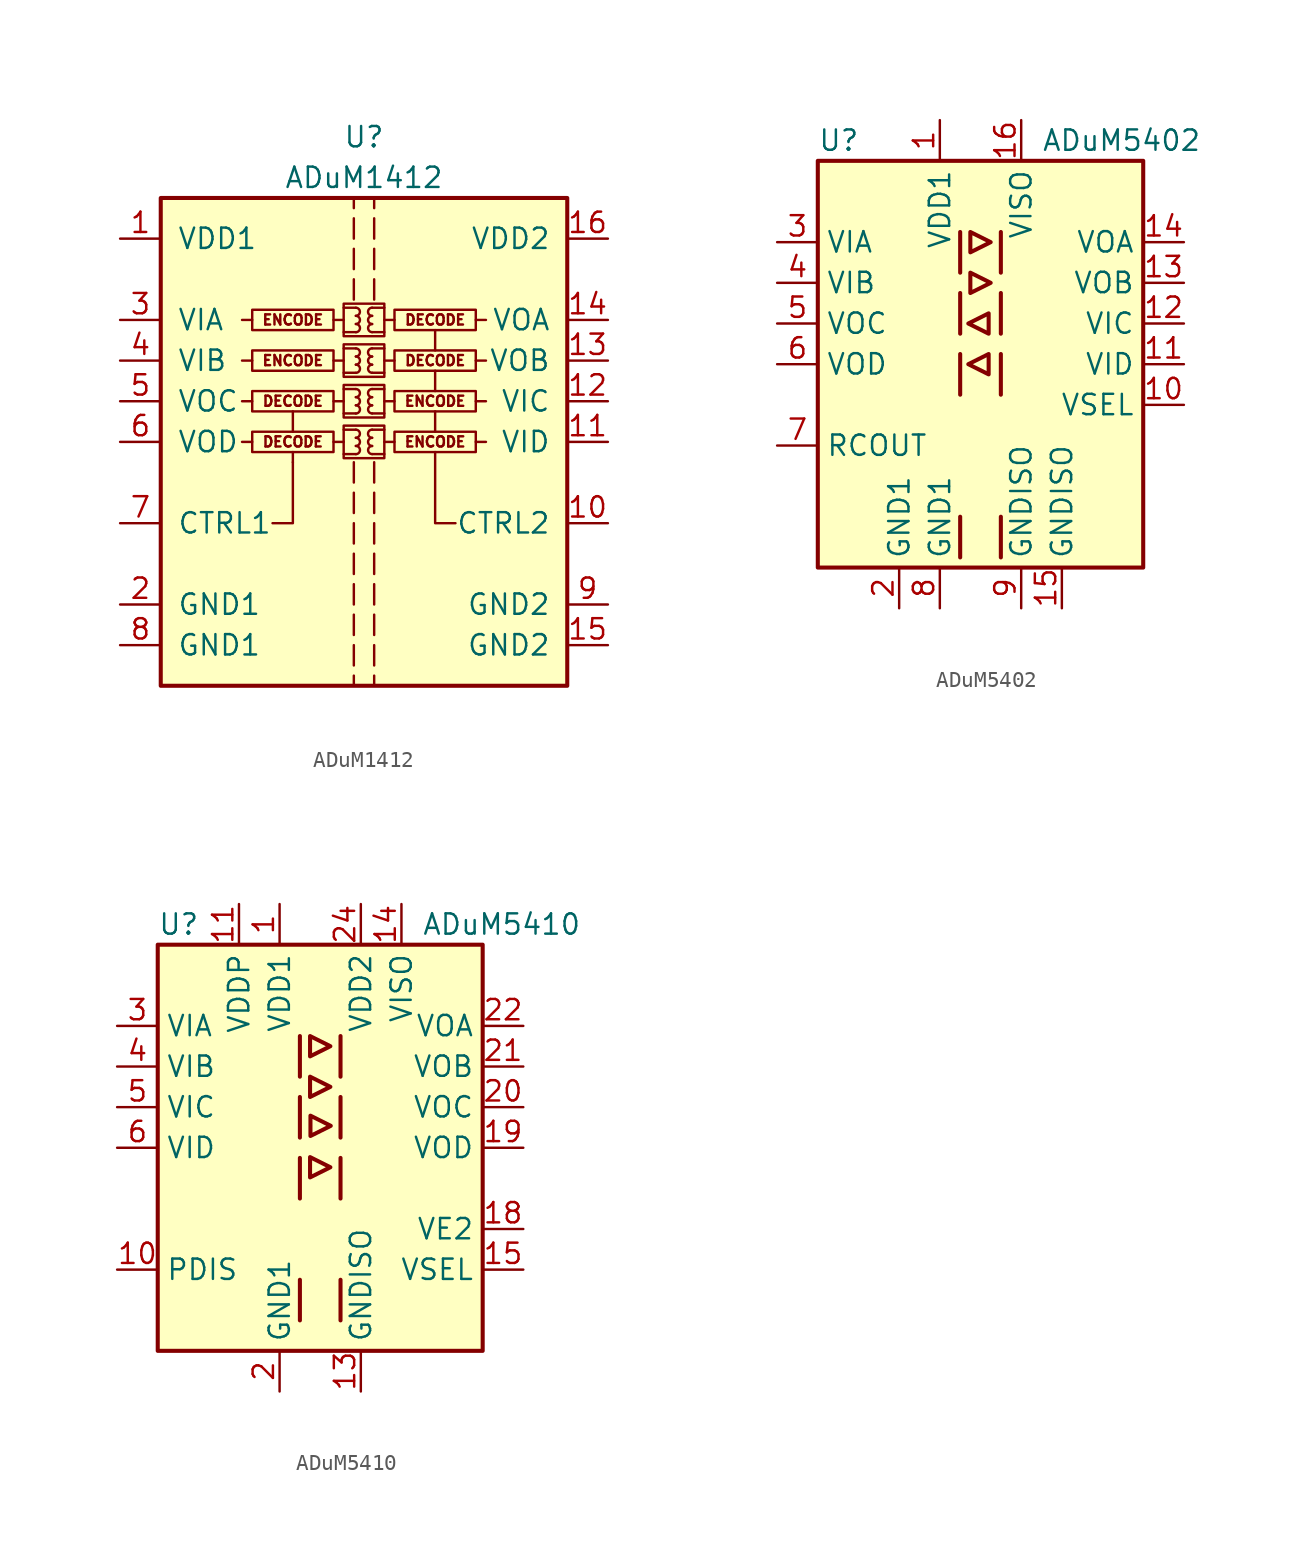
<source format=kicad_sym>
(kicad_symbol_lib
  (version 20201005)
  (generator kicad_symbol_editor)
  (symbol "ADuM1412"
    (pin_names
      (offset 1.016))
    (property "Reference" "U"
      (at 0 19.05 0)
      (effects (font (size 1.27 1.27))))
    (property "Value" "ADuM1412"
      (at 0 16.51 0)
      (effects (font (size 1.27 1.27))))
    (symbol "ADuM1412_0_0"
      (arc (start -0.508 -0.762) (end -0.508 -0.254) (radius (at -0.508 -0.508) (length 0.254) (angles -89.9 89.9)) (stroke (width 0)) (fill (type none)))
      (arc (start -0.508 -0.254) (end -0.508 0.254) (radius (at -0.508 0) (length 0.254) (angles -89.9 89.9)) (stroke (width 0)) (fill (type none)))
      (arc (start -0.508 0.254) (end -0.508 0.762) (radius (at -0.508 0.508) (length 0.254) (angles -89.9 89.9)) (stroke (width 0)) (fill (type none)))
      (arc (start -0.508 1.778) (end -0.508 2.286) (radius (at -0.508 2.032) (length 0.254) (angles -89.9 89.9)) (stroke (width 0)) (fill (type none)))
      (arc (start -0.508 2.286) (end -0.508 2.794) (radius (at -0.508 2.54) (length 0.254) (angles -89.9 89.9)) (stroke (width 0)) (fill (type none)))
      (arc (start -0.508 2.794) (end -0.508 3.302) (radius (at -0.508 3.048) (length 0.254) (angles -89.9 89.9)) (stroke (width 0)) (fill (type none)))
      (arc (start -0.508 4.318) (end -0.508 4.826) (radius (at -0.508 4.572) (length 0.254) (angles -89.9 89.9)) (stroke (width 0)) (fill (type none)))
      (arc (start -0.508 4.826) (end -0.508 5.334) (radius (at -0.508 5.08) (length 0.254) (angles -89.9 89.9)) (stroke (width 0)) (fill (type none)))
      (arc (start -0.508 5.334) (end -0.508 5.842) (radius (at -0.508 5.588) (length 0.254) (angles -89.9 89.9)) (stroke (width 0)) (fill (type none)))
      (arc (start -0.508 6.858) (end -0.508 7.366) (radius (at -0.508 7.112) (length 0.254) (angles -89.9 89.9)) (stroke (width 0)) (fill (type none)))
      (arc (start -0.508 7.366) (end -0.508 7.874) (radius (at -0.508 7.62) (length 0.254) (angles -89.9 89.9)) (stroke (width 0)) (fill (type none)))
      (arc (start -0.508 7.874) (end -0.508 8.382) (radius (at -0.508 8.128) (length 0.254) (angles -89.9 89.9)) (stroke (width 0)) (fill (type none)))
      (arc (start 0.508 -0.254) (end 0.508 -0.762) (radius (at 0.508 -0.508) (length 0.254) (angles 90.1 -90.1)) (stroke (width 0)) (fill (type none)))
      (arc (start 0.508 0.254) (end 0.508 -0.254) (radius (at 0.508 0) (length 0.254) (angles 90.1 -90.1)) (stroke (width 0)) (fill (type none)))
      (arc (start 0.508 0.762) (end 0.508 0.254) (radius (at 0.508 0.508) (length 0.254) (angles 90.1 -90.1)) (stroke (width 0)) (fill (type none)))
      (arc (start 0.508 2.286) (end 0.508 1.778) (radius (at 0.508 2.032) (length 0.254) (angles 90.1 -90.1)) (stroke (width 0)) (fill (type none)))
      (arc (start 0.508 2.794) (end 0.508 2.286) (radius (at 0.508 2.54) (length 0.254) (angles 90.1 -90.1)) (stroke (width 0)) (fill (type none)))
      (arc (start 0.508 3.302) (end 0.508 2.794) (radius (at 0.508 3.048) (length 0.254) (angles 90.1 -90.1)) (stroke (width 0)) (fill (type none)))
      (arc (start 0.508 4.826) (end 0.508 4.318) (radius (at 0.508 4.572) (length 0.254) (angles 90.1 -90.1)) (stroke (width 0)) (fill (type none)))
      (arc (start 0.508 5.334) (end 0.508 4.826) (radius (at 0.508 5.08) (length 0.254) (angles 90.1 -90.1)) (stroke (width 0)) (fill (type none)))
      (arc (start 0.508 5.842) (end 0.508 5.334) (radius (at 0.508 5.588) (length 0.254) (angles 90.1 -90.1)) (stroke (width 0)) (fill (type none)))
      (arc (start 0.508 7.366) (end 0.508 6.858) (radius (at 0.508 7.112) (length 0.254) (angles 90.1 -90.1)) (stroke (width 0)) (fill (type none)))
      (arc (start 0.508 7.874) (end 0.508 7.366) (radius (at 0.508 7.62) (length 0.254) (angles 90.1 -90.1)) (stroke (width 0)) (fill (type none)))
      (arc (start 0.508 8.382) (end 0.508 7.874) (radius (at 0.508 8.128) (length 0.254) (angles 90.1 -90.1)) (stroke (width 0)) (fill (type none)))
      (text "DECODE" (at -4.445 0 0) (effects (font (size 0.635 0.635))))
      (text "DECODE" (at -4.445 2.54 0) (effects (font (size 0.635 0.635))))
      (text "DECODE" (at 4.445 5.08 0) (effects (font (size 0.635 0.635))))
      (text "DECODE" (at 4.445 7.62 0) (effects (font (size 0.635 0.635))))
      (text "ENCODE" (at -4.445 5.08 0) (effects (font (size 0.635 0.635))))
      (text "ENCODE" (at -4.445 7.62 0) (effects (font (size 0.635 0.635))))
      (text "ENCODE" (at 4.445 0 0) (effects (font (size 0.635 0.635))))
      (text "ENCODE" (at 4.445 2.54 0) (effects (font (size 0.635 0.635))))
      (rectangle (start -1.905 0.635) (end -6.985 -0.635) (stroke (width 0)) (fill (type none)))
      (rectangle (start -1.27 1.016) (end 1.27 -1.016) (stroke (width 0)) (fill (type none)))
      (rectangle (start -1.27 3.556) (end 1.27 1.524) (stroke (width 0)) (fill (type none)))
      (rectangle (start -1.27 6.096) (end 1.27 4.064) (stroke (width 0)) (fill (type none)))
      (rectangle (start -1.27 8.636) (end 1.27 6.604) (stroke (width 0)) (fill (type none)))
      (rectangle (start 1.905 0.635) (end 6.985 -0.635) (stroke (width 0)) (fill (type none)))
      (rectangle (start 1.905 3.175) (end 6.985 1.905) (stroke (width 0)) (fill (type none)))
      (rectangle (start 1.905 5.715) (end 6.985 4.445) (stroke (width 0)) (fill (type none)))
      (rectangle (start 1.905 8.255) (end 6.985 6.985) (stroke (width 0)) (fill (type none)))
      (polyline (pts (xy -6.985 0) (xy -7.62 0)) (stroke (width 0)) (fill (type none)))
      (polyline (pts (xy -6.985 2.54) (xy -7.62 2.54)) (stroke (width 0)) (fill (type none)))
      (polyline (pts (xy -6.985 5.08) (xy -7.62 5.08)) (stroke (width 0)) (fill (type none)))
      (polyline (pts (xy -6.985 7.62) (xy -7.62 7.62)) (stroke (width 0)) (fill (type none)))
      (polyline (pts (xy -4.445 -1.27) (xy -4.445 -0.635)) (stroke (width 0)) (fill (type none)))
      (polyline (pts (xy -4.445 0.635) (xy -4.445 1.905)) (stroke (width 0)) (fill (type none)))
      (polyline (pts (xy -1.905 0) (xy -1.27 0)) (stroke (width 0)) (fill (type none)))
      (polyline (pts (xy -1.905 2.54) (xy -1.27 2.54)) (stroke (width 0)) (fill (type none)))
      (polyline (pts (xy -1.905 5.08) (xy -1.27 5.08)) (stroke (width 0)) (fill (type none)))
      (polyline (pts (xy -1.905 7.62) (xy -1.27 7.62)) (stroke (width 0)) (fill (type none)))
      (polyline (pts (xy -1.27 -0.762) (xy -0.508 -0.762)) (stroke (width 0)) (fill (type none)))
      (polyline (pts (xy -1.27 0.762) (xy -0.508 0.762)) (stroke (width 0)) (fill (type none)))
      (polyline (pts (xy -1.27 1.778) (xy -0.508 1.778)) (stroke (width 0)) (fill (type none)))
      (polyline (pts (xy -1.27 3.302) (xy -0.508 3.302)) (stroke (width 0)) (fill (type none)))
      (polyline (pts (xy -1.27 4.318) (xy -0.508 4.318)) (stroke (width 0)) (fill (type none)))
      (polyline (pts (xy -1.27 5.842) (xy -0.508 5.842)) (stroke (width 0)) (fill (type none)))
      (polyline (pts (xy -1.27 6.858) (xy -0.508 6.858)) (stroke (width 0)) (fill (type none)))
      (polyline (pts (xy -1.27 8.382) (xy -0.508 8.382)) (stroke (width 0)) (fill (type none)))
      (polyline (pts (xy -0.635 -10.795) (xy -0.635 -12.065)) (stroke (width 0)) (fill (type none)))
      (polyline (pts (xy -0.635 -8.89) (xy -0.635 -10.16)) (stroke (width 0)) (fill (type none)))
      (polyline (pts (xy -0.635 -6.985) (xy -0.635 -8.255)) (stroke (width 0)) (fill (type none)))
      (polyline (pts (xy -0.635 -5.08) (xy -0.635 -6.35)) (stroke (width 0)) (fill (type none)))
      (polyline (pts (xy -0.635 -3.175) (xy -0.635 -4.445)) (stroke (width 0)) (fill (type none)))
      (polyline (pts (xy -0.635 -1.27) (xy -0.635 -2.54)) (stroke (width 0)) (fill (type none)))
      (polyline (pts (xy -0.635 8.89) (xy -0.635 10.16)) (stroke (width 0)) (fill (type none)))
      (polyline (pts (xy -0.635 10.795) (xy -0.635 12.065)) (stroke (width 0)) (fill (type none)))
      (polyline (pts (xy -0.635 12.7) (xy -0.635 13.97)) (stroke (width 0)) (fill (type none)))
      (polyline (pts (xy -0.635 15.24) (xy -0.635 14.605)) (stroke (width 0)) (fill (type none)))
      (polyline (pts (xy 0.635 -10.795) (xy 0.635 -12.065)) (stroke (width 0)) (fill (type none)))
      (polyline (pts (xy 0.635 -8.89) (xy 0.635 -10.16)) (stroke (width 0)) (fill (type none)))
      (polyline (pts (xy 0.635 -6.985) (xy 0.635 -8.255)) (stroke (width 0)) (fill (type none)))
      (polyline (pts (xy 0.635 -5.08) (xy 0.635 -6.35)) (stroke (width 0)) (fill (type none)))
      (polyline (pts (xy 0.635 -3.175) (xy 0.635 -4.445)) (stroke (width 0)) (fill (type none)))
      (polyline (pts (xy 0.635 -1.27) (xy 0.635 -2.54)) (stroke (width 0)) (fill (type none)))
      (polyline (pts (xy 0.635 8.89) (xy 0.635 10.16)) (stroke (width 0)) (fill (type none)))
      (polyline (pts (xy 0.635 12.065) (xy 0.635 10.795)) (stroke (width 0)) (fill (type none)))
      (polyline (pts (xy 0.635 13.97) (xy 0.635 12.7)) (stroke (width 0)) (fill (type none)))
      (polyline (pts (xy 0.635 14.605) (xy 0.635 15.24)) (stroke (width 0)) (fill (type none)))
      (polyline (pts (xy 1.27 -0.762) (xy 0.508 -0.762)) (stroke (width 0)) (fill (type none)))
      (polyline (pts (xy 1.27 0.762) (xy 0.508 0.762)) (stroke (width 0)) (fill (type none)))
      (polyline (pts (xy 1.27 1.778) (xy 0.508 1.778)) (stroke (width 0)) (fill (type none)))
      (polyline (pts (xy 1.27 3.302) (xy 0.508 3.302)) (stroke (width 0)) (fill (type none)))
      (polyline (pts (xy 1.27 4.318) (xy 0.508 4.318)) (stroke (width 0)) (fill (type none)))
      (polyline (pts (xy 1.27 5.842) (xy 0.508 5.842)) (stroke (width 0)) (fill (type none)))
      (polyline (pts (xy 1.27 6.858) (xy 0.508 6.858)) (stroke (width 0)) (fill (type none)))
      (polyline (pts (xy 1.27 8.382) (xy 0.508 8.382)) (stroke (width 0)) (fill (type none)))
      (polyline (pts (xy 1.905 0) (xy 1.27 0)) (stroke (width 0)) (fill (type none)))
      (polyline (pts (xy 1.905 2.54) (xy 1.27 2.54)) (stroke (width 0)) (fill (type none)))
      (polyline (pts (xy 1.905 5.08) (xy 1.27 5.08)) (stroke (width 0)) (fill (type none)))
      (polyline (pts (xy 1.905 7.62) (xy 1.27 7.62)) (stroke (width 0)) (fill (type none)))
      (polyline (pts (xy 4.445 0.635) (xy 4.445 1.905)) (stroke (width 0)) (fill (type none)))
      (polyline (pts (xy 4.445 3.175) (xy 4.445 4.445)) (stroke (width 0)) (fill (type none)))
      (polyline (pts (xy 4.445 5.715) (xy 4.445 6.985)) (stroke (width 0)) (fill (type none)))
      (polyline (pts (xy 6.985 0) (xy 7.62 0)) (stroke (width 0)) (fill (type none)))
      (polyline (pts (xy 6.985 2.54) (xy 7.62 2.54)) (stroke (width 0)) (fill (type none)))
      (polyline (pts (xy 6.985 5.08) (xy 7.62 5.08)) (stroke (width 0)) (fill (type none)))
      (polyline (pts (xy 6.985 7.62) (xy 7.62 7.62)) (stroke (width 0)) (fill (type none)))
      (polyline (pts (xy -4.445 -1.27) (xy -4.445 -5.08) (xy -5.715 -5.08)) (stroke (width 0)) (fill (type none)))
      (polyline (pts (xy 5.715 -5.08) (xy 4.445 -5.08) (xy 4.445 -0.635)) (stroke (width 0)) (fill (type none))))
    (symbol "ADuM1412_0_1"
      (rectangle (start -12.7 15.24) (end 12.7 -15.24) (stroke (width 0.254)) (fill (type background)))
      (rectangle (start -1.905 3.175) (end -6.985 1.905) (stroke (width 0)) (fill (type none)))
      (rectangle (start -1.905 5.715) (end -6.985 4.445) (stroke (width 0)) (fill (type none)))
      (rectangle (start -1.905 8.255) (end -6.985 6.985) (stroke (width 0)) (fill (type none)))
      (polyline (pts (xy -0.635 -14.605) (xy -0.635 -15.24)) (stroke (width 0)) (fill (type none)))
      (polyline (pts (xy -0.635 -12.7) (xy -0.635 -13.97)) (stroke (width 0)) (fill (type none)))
      (polyline (pts (xy 0.635 -14.605) (xy 0.635 -15.24)) (stroke (width 0)) (fill (type none)))
      (polyline (pts (xy 0.635 -12.7) (xy 0.635 -13.97)) (stroke (width 0)) (fill (type none))))
    (symbol "ADuM1412_1_1"
      (pin power_in line (at -15.24 12.7 0) (length 2.54) (name "VDD1" (effects (font (size 1.27 1.27)))) (number "1" (effects (font (size 1.27 1.27)))))
      (pin input line (at 15.24 -5.08 180) (length 2.54) (name "CTRL2" (effects (font (size 1.27 1.27)))) (number "10" (effects (font (size 1.27 1.27)))))
      (pin input line (at 15.24 0 180) (length 2.54) (name "VID" (effects (font (size 1.27 1.27)))) (number "11" (effects (font (size 1.27 1.27)))))
      (pin input line (at 15.24 2.54 180) (length 2.54) (name "VIC" (effects (font (size 1.27 1.27)))) (number "12" (effects (font (size 1.27 1.27)))))
      (pin output line (at 15.24 5.08 180) (length 2.54) (name "VOB" (effects (font (size 1.27 1.27)))) (number "13" (effects (font (size 1.27 1.27)))))
      (pin output line (at 15.24 7.62 180) (length 2.54) (name "VOA" (effects (font (size 1.27 1.27)))) (number "14" (effects (font (size 1.27 1.27)))))
      (pin power_in line (at 15.24 -12.7 180) (length 2.54) (name "GND2" (effects (font (size 1.27 1.27)))) (number "15" (effects (font (size 1.27 1.27)))))
      (pin power_in line (at 15.24 12.7 180) (length 2.54) (name "VDD2" (effects (font (size 1.27 1.27)))) (number "16" (effects (font (size 1.27 1.27)))))
      (pin power_in line (at -15.24 -10.16 0) (length 2.54) (name "GND1" (effects (font (size 1.27 1.27)))) (number "2" (effects (font (size 1.27 1.27)))))
      (pin input line (at -15.24 7.62 0) (length 2.54) (name "VIA" (effects (font (size 1.27 1.27)))) (number "3" (effects (font (size 1.27 1.27)))))
      (pin input line (at -15.24 5.08 0) (length 2.54) (name "VIB" (effects (font (size 1.27 1.27)))) (number "4" (effects (font (size 1.27 1.27)))))
      (pin output line (at -15.24 2.54 0) (length 2.54) (name "VOC" (effects (font (size 1.27 1.27)))) (number "5" (effects (font (size 1.27 1.27)))))
      (pin output line (at -15.24 0 0) (length 2.54) (name "VOD" (effects (font (size 1.27 1.27)))) (number "6" (effects (font (size 1.27 1.27)))))
      (pin input line (at -15.24 -5.08 0) (length 2.54) (name "CTRL1" (effects (font (size 1.27 1.27)))) (number "7" (effects (font (size 1.27 1.27)))))
      (pin power_in line (at -15.24 -12.7 0) (length 2.54) (name "GND1" (effects (font (size 1.27 1.27)))) (number "8" (effects (font (size 1.27 1.27)))))
      (pin power_in line (at 15.24 -10.16 180) (length 2.54) (name "GND2" (effects (font (size 1.27 1.27)))) (number "9" (effects (font (size 1.27 1.27)))))))
  (symbol "ADuM5402"
    (property "Reference" "U"
      (at -10.16 13.97 0)
      (effects (font (size 1.27 1.27)) (justify left)))
    (property "Value" "ADuM5402"
      (at 3.81 13.97 0)
      (effects (font (size 1.27 1.27)) (justify left)))
    (symbol "ADuM5402_0_1"
      (rectangle (start -10.16 12.7) (end 10.16 -12.7) (stroke (width 0.254)) (fill (type background)))
      (polyline (pts (xy -1.27 -9.525) (xy -1.27 -12.065)) (stroke (width 0.254)) (fill (type none)))
      (polyline (pts (xy -1.27 0.635) (xy -1.27 -1.905)) (stroke (width 0.254)) (fill (type none)))
      (polyline (pts (xy -1.27 4.445) (xy -1.27 1.905)) (stroke (width 0.254)) (fill (type none)))
      (polyline (pts (xy -1.27 8.255) (xy -1.27 5.715)) (stroke (width 0.254)) (fill (type none)))
      (polyline (pts (xy 1.27 -9.525) (xy 1.27 -12.065)) (stroke (width 0.254)) (fill (type none)))
      (polyline (pts (xy 1.27 0.635) (xy 1.27 -1.905)) (stroke (width 0.254)) (fill (type none)))
      (polyline (pts (xy 1.27 4.445) (xy 1.27 1.905)) (stroke (width 0.254)) (fill (type none)))
      (polyline (pts (xy 1.27 8.255) (xy 1.27 5.715)) (stroke (width 0.254)) (fill (type none)))
      (polyline (pts (xy -0.635 5.715) (xy -0.635 4.445) (xy 0.635 5.08) (xy -0.635 5.715)) (stroke (width 0.254)) (fill (type none)))
      (polyline (pts (xy -0.635 6.985) (xy 0.635 7.62) (xy -0.635 8.255) (xy -0.635 6.985)) (stroke (width 0.254)) (fill (type none)))
      (polyline (pts (xy 0.508 0.635) (xy 0.508 -0.635) (xy -0.762 0) (xy 0.508 0.635)) (stroke (width 0.254)) (fill (type none)))
      (polyline (pts (xy 0.508 1.905) (xy -0.762 2.54) (xy 0.508 3.175) (xy 0.508 1.905)) (stroke (width 0.254)) (fill (type none))))
    (symbol "ADuM5402_1_1"
      (pin power_in line (at -2.54 15.24 270) (length 2.54) (name "VDD1" (effects (font (size 1.27 1.27)))) (number "1" (effects (font (size 1.27 1.27)))))
      (pin input line (at 12.7 -2.54 180) (length 2.54) (name "VSEL" (effects (font (size 1.27 1.27)))) (number "10" (effects (font (size 1.27 1.27)))))
      (pin input line (at 12.7 0 180) (length 2.54) (name "VID" (effects (font (size 1.27 1.27)))) (number "11" (effects (font (size 1.27 1.27)))))
      (pin input line (at 12.7 2.54 180) (length 2.54) (name "VIC" (effects (font (size 1.27 1.27)))) (number "12" (effects (font (size 1.27 1.27)))))
      (pin output line (at 12.7 5.08 180) (length 2.54) (name "VOB" (effects (font (size 1.27 1.27)))) (number "13" (effects (font (size 1.27 1.27)))))
      (pin output line (at 12.7 7.62 180) (length 2.54) (name "VOA" (effects (font (size 1.27 1.27)))) (number "14" (effects (font (size 1.27 1.27)))))
      (pin power_in line (at 5.08 -15.24 90) (length 2.54) (name "GNDISO" (effects (font (size 1.27 1.27)))) (number "15" (effects (font (size 1.27 1.27)))))
      (pin power_in line (at 2.54 15.24 270) (length 2.54) (name "VISO" (effects (font (size 1.27 1.27)))) (number "16" (effects (font (size 1.27 1.27)))))
      (pin power_in line (at -5.08 -15.24 90) (length 2.54) (name "GND1" (effects (font (size 1.27 1.27)))) (number "2" (effects (font (size 1.27 1.27)))))
      (pin input line (at -12.7 7.62 0) (length 2.54) (name "VIA" (effects (font (size 1.27 1.27)))) (number "3" (effects (font (size 1.27 1.27)))))
      (pin input line (at -12.7 5.08 0) (length 2.54) (name "VIB" (effects (font (size 1.27 1.27)))) (number "4" (effects (font (size 1.27 1.27)))))
      (pin output line (at -12.7 2.54 0) (length 2.54) (name "VOC" (effects (font (size 1.27 1.27)))) (number "5" (effects (font (size 1.27 1.27)))))
      (pin output line (at -12.7 0 0) (length 2.54) (name "VOD" (effects (font (size 1.27 1.27)))) (number "6" (effects (font (size 1.27 1.27)))))
      (pin output line (at -12.7 -5.08 0) (length 2.54) (name "RCOUT" (effects (font (size 1.27 1.27)))) (number "7" (effects (font (size 1.27 1.27)))))
      (pin power_in line (at -2.54 -15.24 90) (length 2.54) (name "GND1" (effects (font (size 1.27 1.27)))) (number "8" (effects (font (size 1.27 1.27)))))
      (pin power_in line (at 2.54 -15.24 90) (length 2.54) (name "GNDISO" (effects (font (size 1.27 1.27)))) (number "9" (effects (font (size 1.27 1.27)))))))
  (symbol "ADuM5410"
    (property "Reference" "U"
      (at -10.16 13.97 0)
      (effects (font (size 1.27 1.27)) (justify left)))
    (property "Value" "ADuM5410"
      (at 6.35 13.97 0)
      (effects (font (size 1.27 1.27)) (justify left)))
    (symbol "ADuM5410_0_1"
      (rectangle (start -10.16 12.7) (end 10.16 -12.7) (stroke (width 0.254)) (fill (type background)))
      (polyline (pts (xy -1.27 -8.255) (xy -1.27 -10.795)) (stroke (width 0.254)) (fill (type none)))
      (polyline (pts (xy -1.27 -0.635) (xy -1.27 -3.175)) (stroke (width 0.254)) (fill (type none)))
      (polyline (pts (xy -1.27 3.175) (xy -1.27 0.635)) (stroke (width 0.254)) (fill (type none)))
      (polyline (pts (xy -1.27 6.985) (xy -1.27 4.445)) (stroke (width 0.254)) (fill (type none)))
      (polyline (pts (xy 1.27 -8.255) (xy 1.27 -10.795)) (stroke (width 0.254)) (fill (type none)))
      (polyline (pts (xy 1.27 -0.635) (xy 1.27 -3.175)) (stroke (width 0.254)) (fill (type none)))
      (polyline (pts (xy 1.27 3.175) (xy 1.27 0.635)) (stroke (width 0.254)) (fill (type none)))
      (polyline (pts (xy 1.27 6.985) (xy 1.27 4.445)) (stroke (width 0.254)) (fill (type none)))
      (polyline (pts (xy -0.635 -1.854) (xy -0.635 -0.584) (xy 0.635 -1.219) (xy -0.635 -1.854)) (stroke (width 0.254)) (fill (type none)))
      (polyline (pts (xy -0.635 4.445) (xy -0.635 3.175) (xy 0.635 3.81) (xy -0.635 4.445)) (stroke (width 0.254)) (fill (type none)))
      (polyline (pts (xy -0.635 5.715) (xy 0.635 6.35) (xy -0.635 6.985) (xy -0.635 5.715)) (stroke (width 0.254)) (fill (type none)))
      (polyline (pts (xy -0.61 2.007) (xy 0.66 1.372) (xy -0.61 0.737) (xy -0.61 2.007)) (stroke (width 0.254)) (fill (type none))))
    (symbol "ADuM5410_1_1"
      (pin power_in line (at -2.54 15.24 270) (length 2.54) (name "VDD1" (effects (font (size 1.27 1.27)))) (number "1" (effects (font (size 1.27 1.27)))))
      (pin input line (at -12.7 -7.62 0) (length 2.54) (name "PDIS" (effects (font (size 1.27 1.27)))) (number "10" (effects (font (size 1.27 1.27)))))
      (pin power_in line (at -5.08 15.24 270) (length 2.54) (name "VDDP" (effects (font (size 1.27 1.27)))) (number "11" (effects (font (size 1.27 1.27)))))
      (pin passive line (at -2.54 -15.24 90) (length 2.54) hide (name "GND1" (effects (font (size 1.27 1.27)))) (number "12" (effects (font (size 1.27 1.27)))))
      (pin power_in line (at 2.54 -15.24 90) (length 2.54) (name "GNDISO" (effects (font (size 1.27 1.27)))) (number "13" (effects (font (size 1.27 1.27)))))
      (pin power_out line (at 5.08 15.24 270) (length 2.54) (name "VISO" (effects (font (size 1.27 1.27)))) (number "14" (effects (font (size 1.27 1.27)))))
      (pin input line (at 12.7 -7.62 180) (length 2.54) (name "VSEL" (effects (font (size 1.27 1.27)))) (number "15" (effects (font (size 1.27 1.27)))))
      (pin passive line (at 2.54 -15.24 90) (length 2.54) hide (name "GNDISO" (effects (font (size 1.27 1.27)))) (number "16" (effects (font (size 1.27 1.27)))))
      (pin no_connect line (at 10.16 -2.54 180) (length 2.54) hide (name "NC" (effects (font (size 1.27 1.27)))) (number "17" (effects (font (size 1.27 1.27)))))
      (pin input line (at 12.7 -5.08 180) (length 2.54) (name "VE2" (effects (font (size 1.27 1.27)))) (number "18" (effects (font (size 1.27 1.27)))))
      (pin output line (at 12.7 0 180) (length 2.54) (name "VOD" (effects (font (size 1.27 1.27)))) (number "19" (effects (font (size 1.27 1.27)))))
      (pin power_in line (at -2.54 -15.24 90) (length 2.54) (name "GND1" (effects (font (size 1.27 1.27)))) (number "2" (effects (font (size 1.27 1.27)))))
      (pin output line (at 12.7 2.54 180) (length 2.54) (name "VOC" (effects (font (size 1.27 1.27)))) (number "20" (effects (font (size 1.27 1.27)))))
      (pin output line (at 12.7 5.08 180) (length 2.54) (name "VOB" (effects (font (size 1.27 1.27)))) (number "21" (effects (font (size 1.27 1.27)))))
      (pin output line (at 12.7 7.62 180) (length 2.54) (name "VOA" (effects (font (size 1.27 1.27)))) (number "22" (effects (font (size 1.27 1.27)))))
      (pin passive line (at 2.54 -15.24 90) (length 2.54) hide (name "GNDISO" (effects (font (size 1.27 1.27)))) (number "23" (effects (font (size 1.27 1.27)))))
      (pin power_in line (at 2.54 15.24 270) (length 2.54) (name "VDD2" (effects (font (size 1.27 1.27)))) (number "24" (effects (font (size 1.27 1.27)))))
      (pin input line (at -12.7 7.62 0) (length 2.54) (name "VIA" (effects (font (size 1.27 1.27)))) (number "3" (effects (font (size 1.27 1.27)))))
      (pin input line (at -12.7 5.08 0) (length 2.54) (name "VIB" (effects (font (size 1.27 1.27)))) (number "4" (effects (font (size 1.27 1.27)))))
      (pin input line (at -12.7 2.54 0) (length 2.54) (name "VIC" (effects (font (size 1.27 1.27)))) (number "5" (effects (font (size 1.27 1.27)))))
      (pin input line (at -12.7 0 0) (length 2.54) (name "VID" (effects (font (size 1.27 1.27)))) (number "6" (effects (font (size 1.27 1.27)))))
      (pin no_connect line (at -10.16 -5.08 0) (length 2.54) hide (name "NC" (effects (font (size 1.27 1.27)))) (number "7" (effects (font (size 1.27 1.27)))))
      (pin no_connect line (at -10.16 -2.54 0) (length 2.54) hide (name "NC" (effects (font (size 1.27 1.27)))) (number "8" (effects (font (size 1.27 1.27)))))
      (pin passive line (at -2.54 -15.24 90) (length 2.54) hide (name "GND1" (effects (font (size 1.27 1.27)))) (number "9" (effects (font (size 1.27 1.27))))))))
</source>
